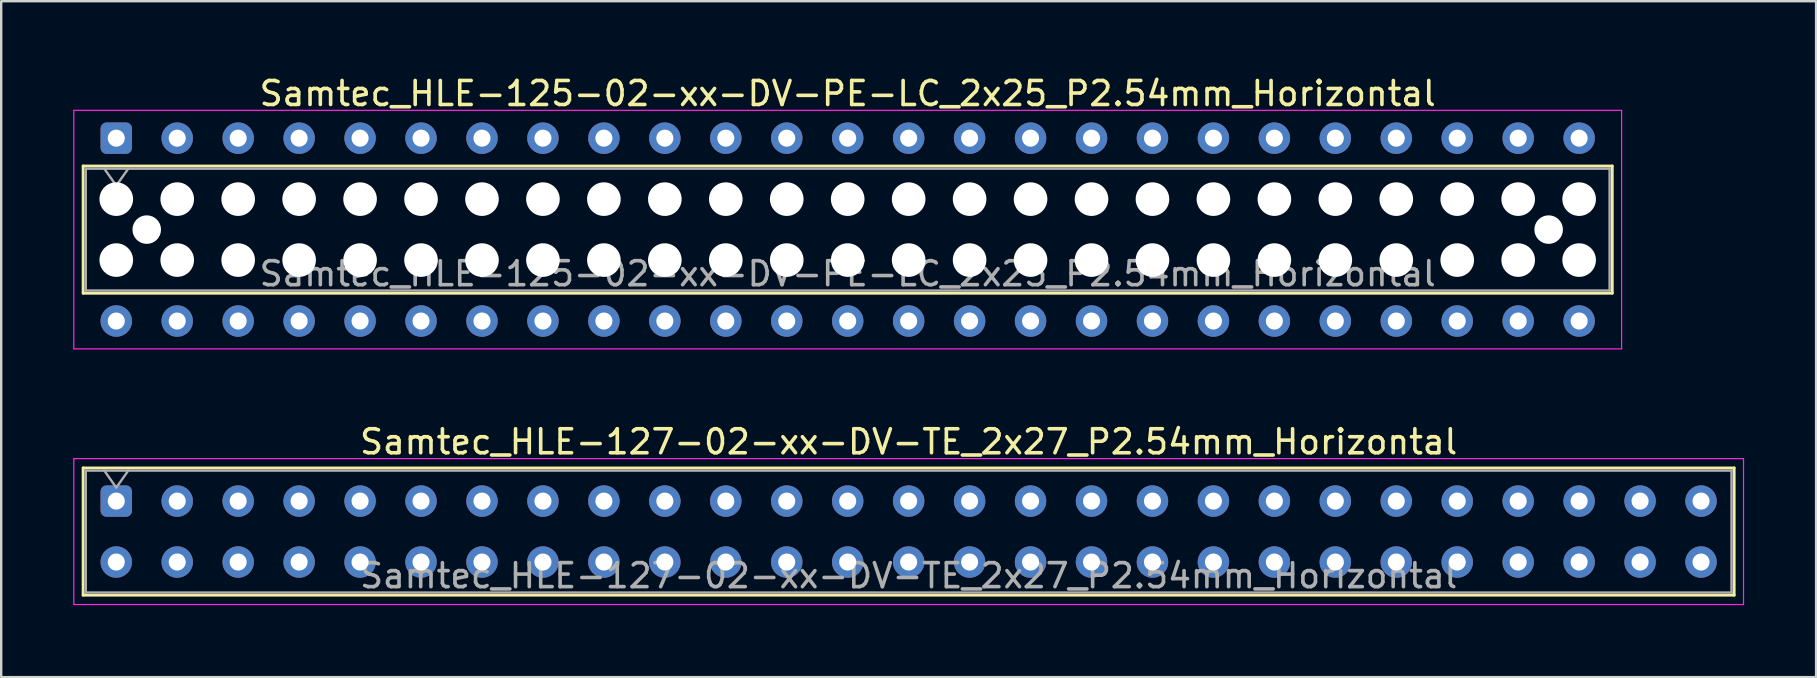
<source format=kicad_pcb>
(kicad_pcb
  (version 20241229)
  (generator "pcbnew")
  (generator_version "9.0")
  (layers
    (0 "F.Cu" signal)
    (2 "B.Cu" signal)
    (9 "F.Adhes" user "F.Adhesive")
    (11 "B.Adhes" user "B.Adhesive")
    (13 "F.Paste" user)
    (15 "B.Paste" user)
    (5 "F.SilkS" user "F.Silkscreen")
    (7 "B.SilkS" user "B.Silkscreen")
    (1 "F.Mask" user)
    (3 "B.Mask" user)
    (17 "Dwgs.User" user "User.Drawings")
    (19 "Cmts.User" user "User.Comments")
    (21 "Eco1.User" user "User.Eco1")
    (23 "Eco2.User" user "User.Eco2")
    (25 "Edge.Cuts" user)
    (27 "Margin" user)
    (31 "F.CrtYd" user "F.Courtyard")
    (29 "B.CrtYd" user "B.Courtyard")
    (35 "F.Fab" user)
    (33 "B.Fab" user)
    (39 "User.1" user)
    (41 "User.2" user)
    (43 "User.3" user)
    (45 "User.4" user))
  (footprint "Samtec_HLE-125-02-xx-DV-PE-LC_2x25_P2.54mm_Horizontal"
    (layer "F.Cu")
    (at 1.795 2.708)
    (property "Reference" "Samtec_HLE-125-02-xx-DV-PE-LC_2x25_P2.54mm_Horizontal" (at 30.48 -1.86 0) (layer "F.SilkS") (effects (font (size 1 1) (thickness 0.15))))
    (attr through_hole)
    (fp_line (start -1.38 1.16) (end 62.34 1.16) (stroke (width 0.12) (type solid)) (layer "F.SilkS"))
    (fp_line (start -1.38 6.46) (end -1.38 1.16) (stroke (width 0.12) (type solid)) (layer "F.SilkS"))
    (fp_line (start 62.34 1.16) (end 62.34 6.46) (stroke (width 0.12) (type solid)) (layer "F.SilkS"))
    (fp_line (start 62.34 6.46) (end -1.38 6.46) (stroke (width 0.12) (type solid)) (layer "F.SilkS"))
    (fp_line (start -1.77 -1.16) (end 62.73 -1.16) (stroke (width 0.05) (type solid)) (layer "F.CrtYd"))
    (fp_line (start -1.77 8.78) (end -1.77 -1.16) (stroke (width 0.05) (type solid)) (layer "F.CrtYd"))
    (fp_line (start 62.73 -1.16) (end 62.73 8.78) (stroke (width 0.05) (type solid)) (layer "F.CrtYd"))
    (fp_line (start 62.73 8.78) (end -1.77 8.78) (stroke (width 0.05) (type solid)) (layer "F.CrtYd"))
    (fp_line (start -1.27 1.27) (end 62.23 1.27) (stroke (width 0.1) (type solid)) (layer "F.Fab"))
    (fp_line (start -1.27 6.35) (end -1.27 1.27) (stroke (width 0.1) (type solid)) (layer "F.Fab"))
    (fp_line (start -0.5 1.27) (end 0 1.977) (stroke (width 0.1) (type solid)) (layer "F.Fab"))
    (fp_line (start 0 1.977) (end 0.5 1.27) (stroke (width 0.1) (type solid)) (layer "F.Fab"))
    (fp_line (start 62.23 1.27) (end 62.23 6.35) (stroke (width 0.1) (type solid)) (layer "F.Fab"))
    (fp_line (start 62.23 6.35) (end -1.27 6.35) (stroke (width 0.1) (type solid)) (layer "F.Fab"))
    (fp_text user "${REFERENCE}" (at 30.48 5.65 0) (layer "F.Fab") (effects (font (size 1 1) (thickness 0.15))))
    (pad "" np_thru_hole circle (at 0 2.54) (size 1.4 1.4) (drill 1.4) (layers "*.Cu" "*.Mask"))
    (pad "" np_thru_hole circle (at 0 5.08) (size 1.4 1.4) (drill 1.4) (layers "*.Cu" "*.Mask"))
    (pad "" np_thru_hole circle (at 1.27 3.81) (size 1.19 1.19) (drill 1.19) (layers "*.Cu" "*.Mask"))
    (pad "" np_thru_hole circle (at 2.54 2.54) (size 1.4 1.4) (drill 1.4) (layers "*.Cu" "*.Mask"))
    (pad "" np_thru_hole circle (at 2.54 5.08) (size 1.4 1.4) (drill 1.4) (layers "*.Cu" "*.Mask"))
    (pad "" np_thru_hole circle (at 5.08 2.54) (size 1.4 1.4) (drill 1.4) (layers "*.Cu" "*.Mask"))
    (pad "" np_thru_hole circle (at 5.08 5.08) (size 1.4 1.4) (drill 1.4) (layers "*.Cu" "*.Mask"))
    (pad "" np_thru_hole circle (at 7.62 2.54) (size 1.4 1.4) (drill 1.4) (layers "*.Cu" "*.Mask"))
    (pad "" np_thru_hole circle (at 7.62 5.08) (size 1.4 1.4) (drill 1.4) (layers "*.Cu" "*.Mask"))
    (pad "" np_thru_hole circle (at 10.16 2.54) (size 1.4 1.4) (drill 1.4) (layers "*.Cu" "*.Mask"))
    (pad "" np_thru_hole circle (at 10.16 5.08) (size 1.4 1.4) (drill 1.4) (layers "*.Cu" "*.Mask"))
    (pad "" np_thru_hole circle (at 12.7 2.54) (size 1.4 1.4) (drill 1.4) (layers "*.Cu" "*.Mask"))
    (pad "" np_thru_hole circle (at 12.7 5.08) (size 1.4 1.4) (drill 1.4) (layers "*.Cu" "*.Mask"))
    (pad "" np_thru_hole circle (at 15.24 2.54) (size 1.4 1.4) (drill 1.4) (layers "*.Cu" "*.Mask"))
    (pad "" np_thru_hole circle (at 15.24 5.08) (size 1.4 1.4) (drill 1.4) (layers "*.Cu" "*.Mask"))
    (pad "" np_thru_hole circle (at 17.78 2.54) (size 1.4 1.4) (drill 1.4) (layers "*.Cu" "*.Mask"))
    (pad "" np_thru_hole circle (at 17.78 5.08) (size 1.4 1.4) (drill 1.4) (layers "*.Cu" "*.Mask"))
    (pad "" np_thru_hole circle (at 20.32 2.54) (size 1.4 1.4) (drill 1.4) (layers "*.Cu" "*.Mask"))
    (pad "" np_thru_hole circle (at 20.32 5.08) (size 1.4 1.4) (drill 1.4) (layers "*.Cu" "*.Mask"))
    (pad "" np_thru_hole circle (at 22.86 2.54) (size 1.4 1.4) (drill 1.4) (layers "*.Cu" "*.Mask"))
    (pad "" np_thru_hole circle (at 22.86 5.08) (size 1.4 1.4) (drill 1.4) (layers "*.Cu" "*.Mask"))
    (pad "" np_thru_hole circle (at 25.4 2.54) (size 1.4 1.4) (drill 1.4) (layers "*.Cu" "*.Mask"))
    (pad "" np_thru_hole circle (at 25.4 5.08) (size 1.4 1.4) (drill 1.4) (layers "*.Cu" "*.Mask"))
    (pad "" np_thru_hole circle (at 27.94 2.54) (size 1.4 1.4) (drill 1.4) (layers "*.Cu" "*.Mask"))
    (pad "" np_thru_hole circle (at 27.94 5.08) (size 1.4 1.4) (drill 1.4) (layers "*.Cu" "*.Mask"))
    (pad "" np_thru_hole circle (at 30.48 2.54) (size 1.4 1.4) (drill 1.4) (layers "*.Cu" "*.Mask"))
    (pad "" np_thru_hole circle (at 30.48 5.08) (size 1.4 1.4) (drill 1.4) (layers "*.Cu" "*.Mask"))
    (pad "" np_thru_hole circle (at 33.02 2.54) (size 1.4 1.4) (drill 1.4) (layers "*.Cu" "*.Mask"))
    (pad "" np_thru_hole circle (at 33.02 5.08) (size 1.4 1.4) (drill 1.4) (layers "*.Cu" "*.Mask"))
    (pad "" np_thru_hole circle (at 35.56 2.54) (size 1.4 1.4) (drill 1.4) (layers "*.Cu" "*.Mask"))
    (pad "" np_thru_hole circle (at 35.56 5.08) (size 1.4 1.4) (drill 1.4) (layers "*.Cu" "*.Mask"))
    (pad "" np_thru_hole circle (at 38.1 2.54) (size 1.4 1.4) (drill 1.4) (layers "*.Cu" "*.Mask"))
    (pad "" np_thru_hole circle (at 38.1 5.08) (size 1.4 1.4) (drill 1.4) (layers "*.Cu" "*.Mask"))
    (pad "" np_thru_hole circle (at 40.64 2.54) (size 1.4 1.4) (drill 1.4) (layers "*.Cu" "*.Mask"))
    (pad "" np_thru_hole circle (at 40.64 5.08) (size 1.4 1.4) (drill 1.4) (layers "*.Cu" "*.Mask"))
    (pad "" np_thru_hole circle (at 43.18 2.54) (size 1.4 1.4) (drill 1.4) (layers "*.Cu" "*.Mask"))
    (pad "" np_thru_hole circle (at 43.18 5.08) (size 1.4 1.4) (drill 1.4) (layers "*.Cu" "*.Mask"))
    (pad "" np_thru_hole circle (at 45.72 2.54) (size 1.4 1.4) (drill 1.4) (layers "*.Cu" "*.Mask"))
    (pad "" np_thru_hole circle (at 45.72 5.08) (size 1.4 1.4) (drill 1.4) (layers "*.Cu" "*.Mask"))
    (pad "" np_thru_hole circle (at 48.26 2.54) (size 1.4 1.4) (drill 1.4) (layers "*.Cu" "*.Mask"))
    (pad "" np_thru_hole circle (at 48.26 5.08) (size 1.4 1.4) (drill 1.4) (layers "*.Cu" "*.Mask"))
    (pad "" np_thru_hole circle (at 50.8 2.54) (size 1.4 1.4) (drill 1.4) (layers "*.Cu" "*.Mask"))
    (pad "" np_thru_hole circle (at 50.8 5.08) (size 1.4 1.4) (drill 1.4) (layers "*.Cu" "*.Mask"))
    (pad "" np_thru_hole circle (at 53.34 2.54) (size 1.4 1.4) (drill 1.4) (layers "*.Cu" "*.Mask"))
    (pad "" np_thru_hole circle (at 53.34 5.08) (size 1.4 1.4) (drill 1.4) (layers "*.Cu" "*.Mask"))
    (pad "" np_thru_hole circle (at 55.88 2.54) (size 1.4 1.4) (drill 1.4) (layers "*.Cu" "*.Mask"))
    (pad "" np_thru_hole circle (at 55.88 5.08) (size 1.4 1.4) (drill 1.4) (layers "*.Cu" "*.Mask"))
    (pad "" np_thru_hole circle (at 58.42 2.54) (size 1.4 1.4) (drill 1.4) (layers "*.Cu" "*.Mask"))
    (pad "" np_thru_hole circle (at 58.42 5.08) (size 1.4 1.4) (drill 1.4) (layers "*.Cu" "*.Mask"))
    (pad "" np_thru_hole circle (at 59.69 3.81) (size 1.19 1.19) (drill 1.19) (layers "*.Cu" "*.Mask"))
    (pad "" np_thru_hole circle (at 60.96 2.54) (size 1.4 1.4) (drill 1.4) (layers "*.Cu" "*.Mask"))
    (pad "" np_thru_hole circle (at 60.96 5.08) (size 1.4 1.4) (drill 1.4) (layers "*.Cu" "*.Mask"))
    (pad "1" thru_hole roundrect (at 0 0) (size 1.31 1.31) (drill 0.71) (layers "*.Cu" "*.Mask") (roundrect_rratio 0.191))
    (pad "2" thru_hole circle (at 0 7.62) (size 1.31 1.31) (drill 0.71) (layers "*.Cu" "*.Mask"))
    (pad "3" thru_hole circle (at 2.54 0) (size 1.31 1.31) (drill 0.71) (layers "*.Cu" "*.Mask"))
    (pad "4" thru_hole circle (at 2.54 7.62) (size 1.31 1.31) (drill 0.71) (layers "*.Cu" "*.Mask"))
    (pad "5" thru_hole circle (at 5.08 0) (size 1.31 1.31) (drill 0.71) (layers "*.Cu" "*.Mask"))
    (pad "6" thru_hole circle (at 5.08 7.62) (size 1.31 1.31) (drill 0.71) (layers "*.Cu" "*.Mask"))
    (pad "7" thru_hole circle (at 7.62 0) (size 1.31 1.31) (drill 0.71) (layers "*.Cu" "*.Mask"))
    (pad "8" thru_hole circle (at 7.62 7.62) (size 1.31 1.31) (drill 0.71) (layers "*.Cu" "*.Mask"))
    (pad "9" thru_hole circle (at 10.16 0) (size 1.31 1.31) (drill 0.71) (layers "*.Cu" "*.Mask"))
    (pad "10" thru_hole circle (at 10.16 7.62) (size 1.31 1.31) (drill 0.71) (layers "*.Cu" "*.Mask"))
    (pad "11" thru_hole circle (at 12.7 0) (size 1.31 1.31) (drill 0.71) (layers "*.Cu" "*.Mask"))
    (pad "12" thru_hole circle (at 12.7 7.62) (size 1.31 1.31) (drill 0.71) (layers "*.Cu" "*.Mask"))
    (pad "13" thru_hole circle (at 15.24 0) (size 1.31 1.31) (drill 0.71) (layers "*.Cu" "*.Mask"))
    (pad "14" thru_hole circle (at 15.24 7.62) (size 1.31 1.31) (drill 0.71) (layers "*.Cu" "*.Mask"))
    (pad "15" thru_hole circle (at 17.78 0) (size 1.31 1.31) (drill 0.71) (layers "*.Cu" "*.Mask"))
    (pad "16" thru_hole circle (at 17.78 7.62) (size 1.31 1.31) (drill 0.71) (layers "*.Cu" "*.Mask"))
    (pad "17" thru_hole circle (at 20.32 0) (size 1.31 1.31) (drill 0.71) (layers "*.Cu" "*.Mask"))
    (pad "18" thru_hole circle (at 20.32 7.62) (size 1.31 1.31) (drill 0.71) (layers "*.Cu" "*.Mask"))
    (pad "19" thru_hole circle (at 22.86 0) (size 1.31 1.31) (drill 0.71) (layers "*.Cu" "*.Mask"))
    (pad "20" thru_hole circle (at 22.86 7.62) (size 1.31 1.31) (drill 0.71) (layers "*.Cu" "*.Mask"))
    (pad "21" thru_hole circle (at 25.4 0) (size 1.31 1.31) (drill 0.71) (layers "*.Cu" "*.Mask"))
    (pad "22" thru_hole circle (at 25.4 7.62) (size 1.31 1.31) (drill 0.71) (layers "*.Cu" "*.Mask"))
    (pad "23" thru_hole circle (at 27.94 0) (size 1.31 1.31) (drill 0.71) (layers "*.Cu" "*.Mask"))
    (pad "24" thru_hole circle (at 27.94 7.62) (size 1.31 1.31) (drill 0.71) (layers "*.Cu" "*.Mask"))
    (pad "25" thru_hole circle (at 30.48 0) (size 1.31 1.31) (drill 0.71) (layers "*.Cu" "*.Mask"))
    (pad "26" thru_hole circle (at 30.48 7.62) (size 1.31 1.31) (drill 0.71) (layers "*.Cu" "*.Mask"))
    (pad "27" thru_hole circle (at 33.02 0) (size 1.31 1.31) (drill 0.71) (layers "*.Cu" "*.Mask"))
    (pad "28" thru_hole circle (at 33.02 7.62) (size 1.31 1.31) (drill 0.71) (layers "*.Cu" "*.Mask"))
    (pad "29" thru_hole circle (at 35.56 0) (size 1.31 1.31) (drill 0.71) (layers "*.Cu" "*.Mask"))
    (pad "30" thru_hole circle (at 35.56 7.62) (size 1.31 1.31) (drill 0.71) (layers "*.Cu" "*.Mask"))
    (pad "31" thru_hole circle (at 38.1 0) (size 1.31 1.31) (drill 0.71) (layers "*.Cu" "*.Mask"))
    (pad "32" thru_hole circle (at 38.1 7.62) (size 1.31 1.31) (drill 0.71) (layers "*.Cu" "*.Mask"))
    (pad "33" thru_hole circle (at 40.64 0) (size 1.31 1.31) (drill 0.71) (layers "*.Cu" "*.Mask"))
    (pad "34" thru_hole circle (at 40.64 7.62) (size 1.31 1.31) (drill 0.71) (layers "*.Cu" "*.Mask"))
    (pad "35" thru_hole circle (at 43.18 0) (size 1.31 1.31) (drill 0.71) (layers "*.Cu" "*.Mask"))
    (pad "36" thru_hole circle (at 43.18 7.62) (size 1.31 1.31) (drill 0.71) (layers "*.Cu" "*.Mask"))
    (pad "37" thru_hole circle (at 45.72 0) (size 1.31 1.31) (drill 0.71) (layers "*.Cu" "*.Mask"))
    (pad "38" thru_hole circle (at 45.72 7.62) (size 1.31 1.31) (drill 0.71) (layers "*.Cu" "*.Mask"))
    (pad "39" thru_hole circle (at 48.26 0) (size 1.31 1.31) (drill 0.71) (layers "*.Cu" "*.Mask"))
    (pad "40" thru_hole circle (at 48.26 7.62) (size 1.31 1.31) (drill 0.71) (layers "*.Cu" "*.Mask"))
    (pad "41" thru_hole circle (at 50.8 0) (size 1.31 1.31) (drill 0.71) (layers "*.Cu" "*.Mask"))
    (pad "42" thru_hole circle (at 50.8 7.62) (size 1.31 1.31) (drill 0.71) (layers "*.Cu" "*.Mask"))
    (pad "43" thru_hole circle (at 53.34 0) (size 1.31 1.31) (drill 0.71) (layers "*.Cu" "*.Mask"))
    (pad "44" thru_hole circle (at 53.34 7.62) (size 1.31 1.31) (drill 0.71) (layers "*.Cu" "*.Mask"))
    (pad "45" thru_hole circle (at 55.88 0) (size 1.31 1.31) (drill 0.71) (layers "*.Cu" "*.Mask"))
    (pad "46" thru_hole circle (at 55.88 7.62) (size 1.31 1.31) (drill 0.71) (layers "*.Cu" "*.Mask"))
    (pad "47" thru_hole circle (at 58.42 0) (size 1.31 1.31) (drill 0.71) (layers "*.Cu" "*.Mask"))
    (pad "48" thru_hole circle (at 58.42 7.62) (size 1.31 1.31) (drill 0.71) (layers "*.Cu" "*.Mask"))
    (pad "49" thru_hole circle (at 60.96 0) (size 1.31 1.31) (drill 0.71) (layers "*.Cu" "*.Mask"))
    (pad "50" thru_hole circle (at 60.96 7.62) (size 1.31 1.31) (drill 0.71) (layers "*.Cu" "*.Mask")))
  (footprint "Samtec_HLE-127-02-xx-DV-TE_2x27_P2.54mm_Horizontal"
    (layer "F.Cu")
    (at 1.795 17.831)
    (property "Reference" "Samtec_HLE-127-02-xx-DV-TE_2x27_P2.54mm_Horizontal" (at 33.02 -2.47 0) (layer "F.SilkS") (effects (font (size 1 1) (thickness 0.15))))
    (attr through_hole)
    (fp_line (start -1.38 -1.38) (end 67.42 -1.38) (stroke (width 0.12) (type solid)) (layer "F.SilkS"))
    (fp_line (start -1.38 3.92) (end -1.38 -1.38) (stroke (width 0.12) (type solid)) (layer "F.SilkS"))
    (fp_line (start 67.42 -1.38) (end 67.42 3.92) (stroke (width 0.12) (type solid)) (layer "F.SilkS"))
    (fp_line (start 67.42 3.92) (end -1.38 3.92) (stroke (width 0.12) (type solid)) (layer "F.SilkS"))
    (fp_line (start -1.77 -1.77) (end 67.81 -1.77) (stroke (width 0.05) (type solid)) (layer "F.CrtYd"))
    (fp_line (start -1.77 4.31) (end -1.77 -1.77) (stroke (width 0.05) (type solid)) (layer "F.CrtYd"))
    (fp_line (start 67.81 -1.77) (end 67.81 4.31) (stroke (width 0.05) (type solid)) (layer "F.CrtYd"))
    (fp_line (start 67.81 4.31) (end -1.77 4.31) (stroke (width 0.05) (type solid)) (layer "F.CrtYd"))
    (fp_line (start -1.27 -1.27) (end 67.31 -1.27) (stroke (width 0.1) (type solid)) (layer "F.Fab"))
    (fp_line (start -1.27 3.81) (end -1.27 -1.27) (stroke (width 0.1) (type solid)) (layer "F.Fab"))
    (fp_line (start -0.5 -1.27) (end 0 -0.563) (stroke (width 0.1) (type solid)) (layer "F.Fab"))
    (fp_line (start 0 -0.563) (end 0.5 -1.27) (stroke (width 0.1) (type solid)) (layer "F.Fab"))
    (fp_line (start 67.31 -1.27) (end 67.31 3.81) (stroke (width 0.1) (type solid)) (layer "F.Fab"))
    (fp_line (start 67.31 3.81) (end -1.27 3.81) (stroke (width 0.1) (type solid)) (layer "F.Fab"))
    (fp_text user "${REFERENCE}" (at 33.02 3.11 0) (layer "F.Fab") (effects (font (size 1 1) (thickness 0.15))))
    (pad "1" thru_hole roundrect (at 0 0) (size 1.31 1.31) (drill 0.71) (layers "*.Cu" "*.Mask") (roundrect_rratio 0.191))
    (pad "2" thru_hole circle (at 0 2.54) (size 1.31 1.31) (drill 0.71) (layers "*.Cu" "*.Mask"))
    (pad "3" thru_hole circle (at 2.54 0) (size 1.31 1.31) (drill 0.71) (layers "*.Cu" "*.Mask"))
    (pad "4" thru_hole circle (at 2.54 2.54) (size 1.31 1.31) (drill 0.71) (layers "*.Cu" "*.Mask"))
    (pad "5" thru_hole circle (at 5.08 0) (size 1.31 1.31) (drill 0.71) (layers "*.Cu" "*.Mask"))
    (pad "6" thru_hole circle (at 5.08 2.54) (size 1.31 1.31) (drill 0.71) (layers "*.Cu" "*.Mask"))
    (pad "7" thru_hole circle (at 7.62 0) (size 1.31 1.31) (drill 0.71) (layers "*.Cu" "*.Mask"))
    (pad "8" thru_hole circle (at 7.62 2.54) (size 1.31 1.31) (drill 0.71) (layers "*.Cu" "*.Mask"))
    (pad "9" thru_hole circle (at 10.16 0) (size 1.31 1.31) (drill 0.71) (layers "*.Cu" "*.Mask"))
    (pad "10" thru_hole circle (at 10.16 2.54) (size 1.31 1.31) (drill 0.71) (layers "*.Cu" "*.Mask"))
    (pad "11" thru_hole circle (at 12.7 0) (size 1.31 1.31) (drill 0.71) (layers "*.Cu" "*.Mask"))
    (pad "12" thru_hole circle (at 12.7 2.54) (size 1.31 1.31) (drill 0.71) (layers "*.Cu" "*.Mask"))
    (pad "13" thru_hole circle (at 15.24 0) (size 1.31 1.31) (drill 0.71) (layers "*.Cu" "*.Mask"))
    (pad "14" thru_hole circle (at 15.24 2.54) (size 1.31 1.31) (drill 0.71) (layers "*.Cu" "*.Mask"))
    (pad "15" thru_hole circle (at 17.78 0) (size 1.31 1.31) (drill 0.71) (layers "*.Cu" "*.Mask"))
    (pad "16" thru_hole circle (at 17.78 2.54) (size 1.31 1.31) (drill 0.71) (layers "*.Cu" "*.Mask"))
    (pad "17" thru_hole circle (at 20.32 0) (size 1.31 1.31) (drill 0.71) (layers "*.Cu" "*.Mask"))
    (pad "18" thru_hole circle (at 20.32 2.54) (size 1.31 1.31) (drill 0.71) (layers "*.Cu" "*.Mask"))
    (pad "19" thru_hole circle (at 22.86 0) (size 1.31 1.31) (drill 0.71) (layers "*.Cu" "*.Mask"))
    (pad "20" thru_hole circle (at 22.86 2.54) (size 1.31 1.31) (drill 0.71) (layers "*.Cu" "*.Mask"))
    (pad "21" thru_hole circle (at 25.4 0) (size 1.31 1.31) (drill 0.71) (layers "*.Cu" "*.Mask"))
    (pad "22" thru_hole circle (at 25.4 2.54) (size 1.31 1.31) (drill 0.71) (layers "*.Cu" "*.Mask"))
    (pad "23" thru_hole circle (at 27.94 0) (size 1.31 1.31) (drill 0.71) (layers "*.Cu" "*.Mask"))
    (pad "24" thru_hole circle (at 27.94 2.54) (size 1.31 1.31) (drill 0.71) (layers "*.Cu" "*.Mask"))
    (pad "25" thru_hole circle (at 30.48 0) (size 1.31 1.31) (drill 0.71) (layers "*.Cu" "*.Mask"))
    (pad "26" thru_hole circle (at 30.48 2.54) (size 1.31 1.31) (drill 0.71) (layers "*.Cu" "*.Mask"))
    (pad "27" thru_hole circle (at 33.02 0) (size 1.31 1.31) (drill 0.71) (layers "*.Cu" "*.Mask"))
    (pad "28" thru_hole circle (at 33.02 2.54) (size 1.31 1.31) (drill 0.71) (layers "*.Cu" "*.Mask"))
    (pad "29" thru_hole circle (at 35.56 0) (size 1.31 1.31) (drill 0.71) (layers "*.Cu" "*.Mask"))
    (pad "30" thru_hole circle (at 35.56 2.54) (size 1.31 1.31) (drill 0.71) (layers "*.Cu" "*.Mask"))
    (pad "31" thru_hole circle (at 38.1 0) (size 1.31 1.31) (drill 0.71) (layers "*.Cu" "*.Mask"))
    (pad "32" thru_hole circle (at 38.1 2.54) (size 1.31 1.31) (drill 0.71) (layers "*.Cu" "*.Mask"))
    (pad "33" thru_hole circle (at 40.64 0) (size 1.31 1.31) (drill 0.71) (layers "*.Cu" "*.Mask"))
    (pad "34" thru_hole circle (at 40.64 2.54) (size 1.31 1.31) (drill 0.71) (layers "*.Cu" "*.Mask"))
    (pad "35" thru_hole circle (at 43.18 0) (size 1.31 1.31) (drill 0.71) (layers "*.Cu" "*.Mask"))
    (pad "36" thru_hole circle (at 43.18 2.54) (size 1.31 1.31) (drill 0.71) (layers "*.Cu" "*.Mask"))
    (pad "37" thru_hole circle (at 45.72 0) (size 1.31 1.31) (drill 0.71) (layers "*.Cu" "*.Mask"))
    (pad "38" thru_hole circle (at 45.72 2.54) (size 1.31 1.31) (drill 0.71) (layers "*.Cu" "*.Mask"))
    (pad "39" thru_hole circle (at 48.26 0) (size 1.31 1.31) (drill 0.71) (layers "*.Cu" "*.Mask"))
    (pad "40" thru_hole circle (at 48.26 2.54) (size 1.31 1.31) (drill 0.71) (layers "*.Cu" "*.Mask"))
    (pad "41" thru_hole circle (at 50.8 0) (size 1.31 1.31) (drill 0.71) (layers "*.Cu" "*.Mask"))
    (pad "42" thru_hole circle (at 50.8 2.54) (size 1.31 1.31) (drill 0.71) (layers "*.Cu" "*.Mask"))
    (pad "43" thru_hole circle (at 53.34 0) (size 1.31 1.31) (drill 0.71) (layers "*.Cu" "*.Mask"))
    (pad "44" thru_hole circle (at 53.34 2.54) (size 1.31 1.31) (drill 0.71) (layers "*.Cu" "*.Mask"))
    (pad "45" thru_hole circle (at 55.88 0) (size 1.31 1.31) (drill 0.71) (layers "*.Cu" "*.Mask"))
    (pad "46" thru_hole circle (at 55.88 2.54) (size 1.31 1.31) (drill 0.71) (layers "*.Cu" "*.Mask"))
    (pad "47" thru_hole circle (at 58.42 0) (size 1.31 1.31) (drill 0.71) (layers "*.Cu" "*.Mask"))
    (pad "48" thru_hole circle (at 58.42 2.54) (size 1.31 1.31) (drill 0.71) (layers "*.Cu" "*.Mask"))
    (pad "49" thru_hole circle (at 60.96 0) (size 1.31 1.31) (drill 0.71) (layers "*.Cu" "*.Mask"))
    (pad "50" thru_hole circle (at 60.96 2.54) (size 1.31 1.31) (drill 0.71) (layers "*.Cu" "*.Mask"))
    (pad "51" thru_hole circle (at 63.5 0) (size 1.31 1.31) (drill 0.71) (layers "*.Cu" "*.Mask"))
    (pad "52" thru_hole circle (at 63.5 2.54) (size 1.31 1.31) (drill 0.71) (layers "*.Cu" "*.Mask"))
    (pad "53" thru_hole circle (at 66.04 0) (size 1.31 1.31) (drill 0.71) (layers "*.Cu" "*.Mask"))
    (pad "54" thru_hole circle (at 66.04 2.54) (size 1.31 1.31) (drill 0.71) (layers "*.Cu" "*.Mask")))
  (gr_rect
    (start -3 -3)
    (end 72.63 25.166)
    (stroke (width 0.1) (type default))
    (fill no)
    (layer "Edge.Cuts")))
</source>
